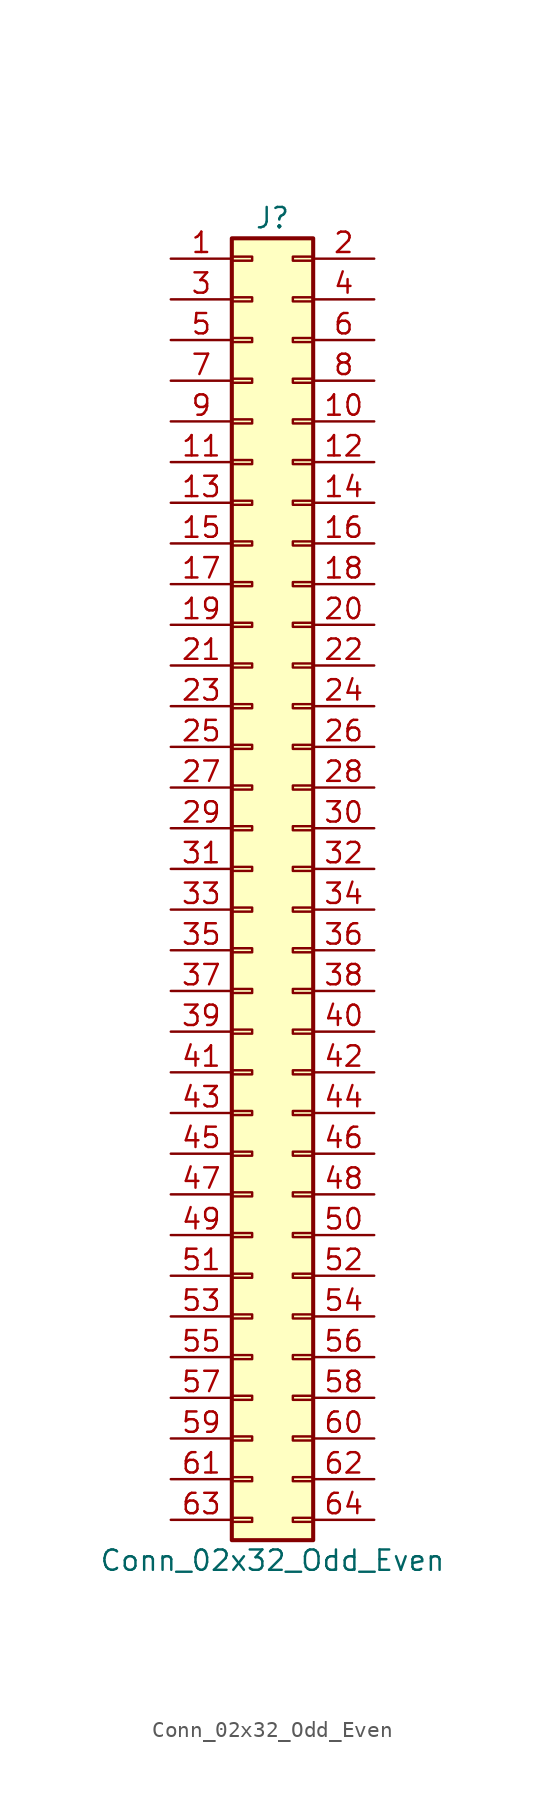
<source format=kicad_sym>
(kicad_symbol_lib
  (version 20220914)
  (generator kicad_symbol_editor)
  (symbol "Conn_02x32_Odd_Even"
    (pin_names
      (offset 1.016) hide)
    (property "Reference" "J"
      (at 1.27 40.64 0)
      (effects (font (size 1.27 1.27))))
    (property "Value" "Conn_02x32_Odd_Even"
      (at 1.27 -43.18 0)
      (effects (font (size 1.27 1.27))))
    (symbol "Conn_02x32_Odd_Even_1_1"
      (rectangle (start -1.27 -40.513) (end 0 -40.767) (stroke (width 0.152) (type solid)) (fill (type none)))
      (rectangle (start -1.27 -37.973) (end 0 -38.227) (stroke (width 0.152) (type solid)) (fill (type none)))
      (rectangle (start -1.27 -35.433) (end 0 -35.687) (stroke (width 0.152) (type solid)) (fill (type none)))
      (rectangle (start -1.27 -32.893) (end 0 -33.147) (stroke (width 0.152) (type solid)) (fill (type none)))
      (rectangle (start -1.27 -30.353) (end 0 -30.607) (stroke (width 0.152) (type solid)) (fill (type none)))
      (rectangle (start -1.27 -27.813) (end 0 -28.067) (stroke (width 0.152) (type solid)) (fill (type none)))
      (rectangle (start -1.27 -25.273) (end 0 -25.527) (stroke (width 0.152) (type solid)) (fill (type none)))
      (rectangle (start -1.27 -22.733) (end 0 -22.987) (stroke (width 0.152) (type solid)) (fill (type none)))
      (rectangle (start -1.27 -20.193) (end 0 -20.447) (stroke (width 0.152) (type solid)) (fill (type none)))
      (rectangle (start -1.27 -17.653) (end 0 -17.907) (stroke (width 0.152) (type solid)) (fill (type none)))
      (rectangle (start -1.27 -15.113) (end 0 -15.367) (stroke (width 0.152) (type solid)) (fill (type none)))
      (rectangle (start -1.27 -12.573) (end 0 -12.827) (stroke (width 0.152) (type solid)) (fill (type none)))
      (rectangle (start -1.27 -10.033) (end 0 -10.287) (stroke (width 0.152) (type solid)) (fill (type none)))
      (rectangle (start -1.27 -7.493) (end 0 -7.747) (stroke (width 0.152) (type solid)) (fill (type none)))
      (rectangle (start -1.27 -4.953) (end 0 -5.207) (stroke (width 0.152) (type solid)) (fill (type none)))
      (rectangle (start -1.27 -2.413) (end 0 -2.667) (stroke (width 0.152) (type solid)) (fill (type none)))
      (rectangle (start -1.27 0.127) (end 0 -0.127) (stroke (width 0.152) (type solid)) (fill (type none)))
      (rectangle (start -1.27 2.667) (end 0 2.413) (stroke (width 0.152) (type solid)) (fill (type none)))
      (rectangle (start -1.27 5.207) (end 0 4.953) (stroke (width 0.152) (type solid)) (fill (type none)))
      (rectangle (start -1.27 7.747) (end 0 7.493) (stroke (width 0.152) (type solid)) (fill (type none)))
      (rectangle (start -1.27 10.287) (end 0 10.033) (stroke (width 0.152) (type solid)) (fill (type none)))
      (rectangle (start -1.27 12.827) (end 0 12.573) (stroke (width 0.152) (type solid)) (fill (type none)))
      (rectangle (start -1.27 15.367) (end 0 15.113) (stroke (width 0.152) (type solid)) (fill (type none)))
      (rectangle (start -1.27 17.907) (end 0 17.653) (stroke (width 0.152) (type solid)) (fill (type none)))
      (rectangle (start -1.27 20.447) (end 0 20.193) (stroke (width 0.152) (type solid)) (fill (type none)))
      (rectangle (start -1.27 22.987) (end 0 22.733) (stroke (width 0.152) (type solid)) (fill (type none)))
      (rectangle (start -1.27 25.527) (end 0 25.273) (stroke (width 0.152) (type solid)) (fill (type none)))
      (rectangle (start -1.27 28.067) (end 0 27.813) (stroke (width 0.152) (type solid)) (fill (type none)))
      (rectangle (start -1.27 30.607) (end 0 30.353) (stroke (width 0.152) (type solid)) (fill (type none)))
      (rectangle (start -1.27 33.147) (end 0 32.893) (stroke (width 0.152) (type solid)) (fill (type none)))
      (rectangle (start -1.27 35.687) (end 0 35.433) (stroke (width 0.152) (type solid)) (fill (type none)))
      (rectangle (start -1.27 38.227) (end 0 37.973) (stroke (width 0.152) (type solid)) (fill (type none)))
      (rectangle (start -1.27 39.37) (end 3.81 -41.91) (stroke (width 0.254) (type solid)) (fill (type background)))
      (rectangle (start 3.81 -40.513) (end 2.54 -40.767) (stroke (width 0.152) (type solid)) (fill (type none)))
      (rectangle (start 3.81 -37.973) (end 2.54 -38.227) (stroke (width 0.152) (type solid)) (fill (type none)))
      (rectangle (start 3.81 -35.433) (end 2.54 -35.687) (stroke (width 0.152) (type solid)) (fill (type none)))
      (rectangle (start 3.81 -32.893) (end 2.54 -33.147) (stroke (width 0.152) (type solid)) (fill (type none)))
      (rectangle (start 3.81 -30.353) (end 2.54 -30.607) (stroke (width 0.152) (type solid)) (fill (type none)))
      (rectangle (start 3.81 -27.813) (end 2.54 -28.067) (stroke (width 0.152) (type solid)) (fill (type none)))
      (rectangle (start 3.81 -25.273) (end 2.54 -25.527) (stroke (width 0.152) (type solid)) (fill (type none)))
      (rectangle (start 3.81 -22.733) (end 2.54 -22.987) (stroke (width 0.152) (type solid)) (fill (type none)))
      (rectangle (start 3.81 -20.193) (end 2.54 -20.447) (stroke (width 0.152) (type solid)) (fill (type none)))
      (rectangle (start 3.81 -17.653) (end 2.54 -17.907) (stroke (width 0.152) (type solid)) (fill (type none)))
      (rectangle (start 3.81 -15.113) (end 2.54 -15.367) (stroke (width 0.152) (type solid)) (fill (type none)))
      (rectangle (start 3.81 -12.573) (end 2.54 -12.827) (stroke (width 0.152) (type solid)) (fill (type none)))
      (rectangle (start 3.81 -10.033) (end 2.54 -10.287) (stroke (width 0.152) (type solid)) (fill (type none)))
      (rectangle (start 3.81 -7.493) (end 2.54 -7.747) (stroke (width 0.152) (type solid)) (fill (type none)))
      (rectangle (start 3.81 -4.953) (end 2.54 -5.207) (stroke (width 0.152) (type solid)) (fill (type none)))
      (rectangle (start 3.81 -2.413) (end 2.54 -2.667) (stroke (width 0.152) (type solid)) (fill (type none)))
      (rectangle (start 3.81 0.127) (end 2.54 -0.127) (stroke (width 0.152) (type solid)) (fill (type none)))
      (rectangle (start 3.81 2.667) (end 2.54 2.413) (stroke (width 0.152) (type solid)) (fill (type none)))
      (rectangle (start 3.81 5.207) (end 2.54 4.953) (stroke (width 0.152) (type solid)) (fill (type none)))
      (rectangle (start 3.81 7.747) (end 2.54 7.493) (stroke (width 0.152) (type solid)) (fill (type none)))
      (rectangle (start 3.81 10.287) (end 2.54 10.033) (stroke (width 0.152) (type solid)) (fill (type none)))
      (rectangle (start 3.81 12.827) (end 2.54 12.573) (stroke (width 0.152) (type solid)) (fill (type none)))
      (rectangle (start 3.81 15.367) (end 2.54 15.113) (stroke (width 0.152) (type solid)) (fill (type none)))
      (rectangle (start 3.81 17.907) (end 2.54 17.653) (stroke (width 0.152) (type solid)) (fill (type none)))
      (rectangle (start 3.81 20.447) (end 2.54 20.193) (stroke (width 0.152) (type solid)) (fill (type none)))
      (rectangle (start 3.81 22.987) (end 2.54 22.733) (stroke (width 0.152) (type solid)) (fill (type none)))
      (rectangle (start 3.81 25.527) (end 2.54 25.273) (stroke (width 0.152) (type solid)) (fill (type none)))
      (rectangle (start 3.81 28.067) (end 2.54 27.813) (stroke (width 0.152) (type solid)) (fill (type none)))
      (rectangle (start 3.81 30.607) (end 2.54 30.353) (stroke (width 0.152) (type solid)) (fill (type none)))
      (rectangle (start 3.81 33.147) (end 2.54 32.893) (stroke (width 0.152) (type solid)) (fill (type none)))
      (rectangle (start 3.81 35.687) (end 2.54 35.433) (stroke (width 0.152) (type solid)) (fill (type none)))
      (rectangle (start 3.81 38.227) (end 2.54 37.973) (stroke (width 0.152) (type solid)) (fill (type none)))
      (pin passive line (at -5.08 38.1 0) (length 3.81) (name "Pin_1" (effects (font (size 1.27 1.27)))) (number "1" (effects (font (size 1.27 1.27)))))
      (pin passive line (at 7.62 27.94 180) (length 3.81) (name "Pin_10" (effects (font (size 1.27 1.27)))) (number "10" (effects (font (size 1.27 1.27)))))
      (pin passive line (at -5.08 25.4 0) (length 3.81) (name "Pin_11" (effects (font (size 1.27 1.27)))) (number "11" (effects (font (size 1.27 1.27)))))
      (pin passive line (at 7.62 25.4 180) (length 3.81) (name "Pin_12" (effects (font (size 1.27 1.27)))) (number "12" (effects (font (size 1.27 1.27)))))
      (pin passive line (at -5.08 22.86 0) (length 3.81) (name "Pin_13" (effects (font (size 1.27 1.27)))) (number "13" (effects (font (size 1.27 1.27)))))
      (pin passive line (at 7.62 22.86 180) (length 3.81) (name "Pin_14" (effects (font (size 1.27 1.27)))) (number "14" (effects (font (size 1.27 1.27)))))
      (pin passive line (at -5.08 20.32 0) (length 3.81) (name "Pin_15" (effects (font (size 1.27 1.27)))) (number "15" (effects (font (size 1.27 1.27)))))
      (pin passive line (at 7.62 20.32 180) (length 3.81) (name "Pin_16" (effects (font (size 1.27 1.27)))) (number "16" (effects (font (size 1.27 1.27)))))
      (pin passive line (at -5.08 17.78 0) (length 3.81) (name "Pin_17" (effects (font (size 1.27 1.27)))) (number "17" (effects (font (size 1.27 1.27)))))
      (pin passive line (at 7.62 17.78 180) (length 3.81) (name "Pin_18" (effects (font (size 1.27 1.27)))) (number "18" (effects (font (size 1.27 1.27)))))
      (pin passive line (at -5.08 15.24 0) (length 3.81) (name "Pin_19" (effects (font (size 1.27 1.27)))) (number "19" (effects (font (size 1.27 1.27)))))
      (pin passive line (at 7.62 38.1 180) (length 3.81) (name "Pin_2" (effects (font (size 1.27 1.27)))) (number "2" (effects (font (size 1.27 1.27)))))
      (pin passive line (at 7.62 15.24 180) (length 3.81) (name "Pin_20" (effects (font (size 1.27 1.27)))) (number "20" (effects (font (size 1.27 1.27)))))
      (pin passive line (at -5.08 12.7 0) (length 3.81) (name "Pin_21" (effects (font (size 1.27 1.27)))) (number "21" (effects (font (size 1.27 1.27)))))
      (pin passive line (at 7.62 12.7 180) (length 3.81) (name "Pin_22" (effects (font (size 1.27 1.27)))) (number "22" (effects (font (size 1.27 1.27)))))
      (pin passive line (at -5.08 10.16 0) (length 3.81) (name "Pin_23" (effects (font (size 1.27 1.27)))) (number "23" (effects (font (size 1.27 1.27)))))
      (pin passive line (at 7.62 10.16 180) (length 3.81) (name "Pin_24" (effects (font (size 1.27 1.27)))) (number "24" (effects (font (size 1.27 1.27)))))
      (pin passive line (at -5.08 7.62 0) (length 3.81) (name "Pin_25" (effects (font (size 1.27 1.27)))) (number "25" (effects (font (size 1.27 1.27)))))
      (pin passive line (at 7.62 7.62 180) (length 3.81) (name "Pin_26" (effects (font (size 1.27 1.27)))) (number "26" (effects (font (size 1.27 1.27)))))
      (pin passive line (at -5.08 5.08 0) (length 3.81) (name "Pin_27" (effects (font (size 1.27 1.27)))) (number "27" (effects (font (size 1.27 1.27)))))
      (pin passive line (at 7.62 5.08 180) (length 3.81) (name "Pin_28" (effects (font (size 1.27 1.27)))) (number "28" (effects (font (size 1.27 1.27)))))
      (pin passive line (at -5.08 2.54 0) (length 3.81) (name "Pin_29" (effects (font (size 1.27 1.27)))) (number "29" (effects (font (size 1.27 1.27)))))
      (pin passive line (at -5.08 35.56 0) (length 3.81) (name "Pin_3" (effects (font (size 1.27 1.27)))) (number "3" (effects (font (size 1.27 1.27)))))
      (pin passive line (at 7.62 2.54 180) (length 3.81) (name "Pin_30" (effects (font (size 1.27 1.27)))) (number "30" (effects (font (size 1.27 1.27)))))
      (pin passive line (at -5.08 0 0) (length 3.81) (name "Pin_31" (effects (font (size 1.27 1.27)))) (number "31" (effects (font (size 1.27 1.27)))))
      (pin passive line (at 7.62 0 180) (length 3.81) (name "Pin_32" (effects (font (size 1.27 1.27)))) (number "32" (effects (font (size 1.27 1.27)))))
      (pin passive line (at -5.08 -2.54 0) (length 3.81) (name "Pin_33" (effects (font (size 1.27 1.27)))) (number "33" (effects (font (size 1.27 1.27)))))
      (pin passive line (at 7.62 -2.54 180) (length 3.81) (name "Pin_34" (effects (font (size 1.27 1.27)))) (number "34" (effects (font (size 1.27 1.27)))))
      (pin passive line (at -5.08 -5.08 0) (length 3.81) (name "Pin_35" (effects (font (size 1.27 1.27)))) (number "35" (effects (font (size 1.27 1.27)))))
      (pin passive line (at 7.62 -5.08 180) (length 3.81) (name "Pin_36" (effects (font (size 1.27 1.27)))) (number "36" (effects (font (size 1.27 1.27)))))
      (pin passive line (at -5.08 -7.62 0) (length 3.81) (name "Pin_37" (effects (font (size 1.27 1.27)))) (number "37" (effects (font (size 1.27 1.27)))))
      (pin passive line (at 7.62 -7.62 180) (length 3.81) (name "Pin_38" (effects (font (size 1.27 1.27)))) (number "38" (effects (font (size 1.27 1.27)))))
      (pin passive line (at -5.08 -10.16 0) (length 3.81) (name "Pin_39" (effects (font (size 1.27 1.27)))) (number "39" (effects (font (size 1.27 1.27)))))
      (pin passive line (at 7.62 35.56 180) (length 3.81) (name "Pin_4" (effects (font (size 1.27 1.27)))) (number "4" (effects (font (size 1.27 1.27)))))
      (pin passive line (at 7.62 -10.16 180) (length 3.81) (name "Pin_40" (effects (font (size 1.27 1.27)))) (number "40" (effects (font (size 1.27 1.27)))))
      (pin passive line (at -5.08 -12.7 0) (length 3.81) (name "Pin_41" (effects (font (size 1.27 1.27)))) (number "41" (effects (font (size 1.27 1.27)))))
      (pin passive line (at 7.62 -12.7 180) (length 3.81) (name "Pin_42" (effects (font (size 1.27 1.27)))) (number "42" (effects (font (size 1.27 1.27)))))
      (pin passive line (at -5.08 -15.24 0) (length 3.81) (name "Pin_43" (effects (font (size 1.27 1.27)))) (number "43" (effects (font (size 1.27 1.27)))))
      (pin passive line (at 7.62 -15.24 180) (length 3.81) (name "Pin_44" (effects (font (size 1.27 1.27)))) (number "44" (effects (font (size 1.27 1.27)))))
      (pin passive line (at -5.08 -17.78 0) (length 3.81) (name "Pin_45" (effects (font (size 1.27 1.27)))) (number "45" (effects (font (size 1.27 1.27)))))
      (pin passive line (at 7.62 -17.78 180) (length 3.81) (name "Pin_46" (effects (font (size 1.27 1.27)))) (number "46" (effects (font (size 1.27 1.27)))))
      (pin passive line (at -5.08 -20.32 0) (length 3.81) (name "Pin_47" (effects (font (size 1.27 1.27)))) (number "47" (effects (font (size 1.27 1.27)))))
      (pin passive line (at 7.62 -20.32 180) (length 3.81) (name "Pin_48" (effects (font (size 1.27 1.27)))) (number "48" (effects (font (size 1.27 1.27)))))
      (pin passive line (at -5.08 -22.86 0) (length 3.81) (name "Pin_49" (effects (font (size 1.27 1.27)))) (number "49" (effects (font (size 1.27 1.27)))))
      (pin passive line (at -5.08 33.02 0) (length 3.81) (name "Pin_5" (effects (font (size 1.27 1.27)))) (number "5" (effects (font (size 1.27 1.27)))))
      (pin passive line (at 7.62 -22.86 180) (length 3.81) (name "Pin_50" (effects (font (size 1.27 1.27)))) (number "50" (effects (font (size 1.27 1.27)))))
      (pin passive line (at -5.08 -25.4 0) (length 3.81) (name "Pin_51" (effects (font (size 1.27 1.27)))) (number "51" (effects (font (size 1.27 1.27)))))
      (pin passive line (at 7.62 -25.4 180) (length 3.81) (name "Pin_52" (effects (font (size 1.27 1.27)))) (number "52" (effects (font (size 1.27 1.27)))))
      (pin passive line (at -5.08 -27.94 0) (length 3.81) (name "Pin_53" (effects (font (size 1.27 1.27)))) (number "53" (effects (font (size 1.27 1.27)))))
      (pin passive line (at 7.62 -27.94 180) (length 3.81) (name "Pin_54" (effects (font (size 1.27 1.27)))) (number "54" (effects (font (size 1.27 1.27)))))
      (pin passive line (at -5.08 -30.48 0) (length 3.81) (name "Pin_55" (effects (font (size 1.27 1.27)))) (number "55" (effects (font (size 1.27 1.27)))))
      (pin passive line (at 7.62 -30.48 180) (length 3.81) (name "Pin_56" (effects (font (size 1.27 1.27)))) (number "56" (effects (font (size 1.27 1.27)))))
      (pin passive line (at -5.08 -33.02 0) (length 3.81) (name "Pin_57" (effects (font (size 1.27 1.27)))) (number "57" (effects (font (size 1.27 1.27)))))
      (pin passive line (at 7.62 -33.02 180) (length 3.81) (name "Pin_58" (effects (font (size 1.27 1.27)))) (number "58" (effects (font (size 1.27 1.27)))))
      (pin passive line (at -5.08 -35.56 0) (length 3.81) (name "Pin_59" (effects (font (size 1.27 1.27)))) (number "59" (effects (font (size 1.27 1.27)))))
      (pin passive line (at 7.62 33.02 180) (length 3.81) (name "Pin_6" (effects (font (size 1.27 1.27)))) (number "6" (effects (font (size 1.27 1.27)))))
      (pin passive line (at 7.62 -35.56 180) (length 3.81) (name "Pin_60" (effects (font (size 1.27 1.27)))) (number "60" (effects (font (size 1.27 1.27)))))
      (pin passive line (at -5.08 -38.1 0) (length 3.81) (name "Pin_61" (effects (font (size 1.27 1.27)))) (number "61" (effects (font (size 1.27 1.27)))))
      (pin passive line (at 7.62 -38.1 180) (length 3.81) (name "Pin_62" (effects (font (size 1.27 1.27)))) (number "62" (effects (font (size 1.27 1.27)))))
      (pin passive line (at -5.08 -40.64 0) (length 3.81) (name "Pin_63" (effects (font (size 1.27 1.27)))) (number "63" (effects (font (size 1.27 1.27)))))
      (pin passive line (at 7.62 -40.64 180) (length 3.81) (name "Pin_64" (effects (font (size 1.27 1.27)))) (number "64" (effects (font (size 1.27 1.27)))))
      (pin passive line (at -5.08 30.48 0) (length 3.81) (name "Pin_7" (effects (font (size 1.27 1.27)))) (number "7" (effects (font (size 1.27 1.27)))))
      (pin passive line (at 7.62 30.48 180) (length 3.81) (name "Pin_8" (effects (font (size 1.27 1.27)))) (number "8" (effects (font (size 1.27 1.27)))))
      (pin passive line (at -5.08 27.94 0) (length 3.81) (name "Pin_9" (effects (font (size 1.27 1.27)))) (number "9" (effects (font (size 1.27 1.27))))))))
</source>
